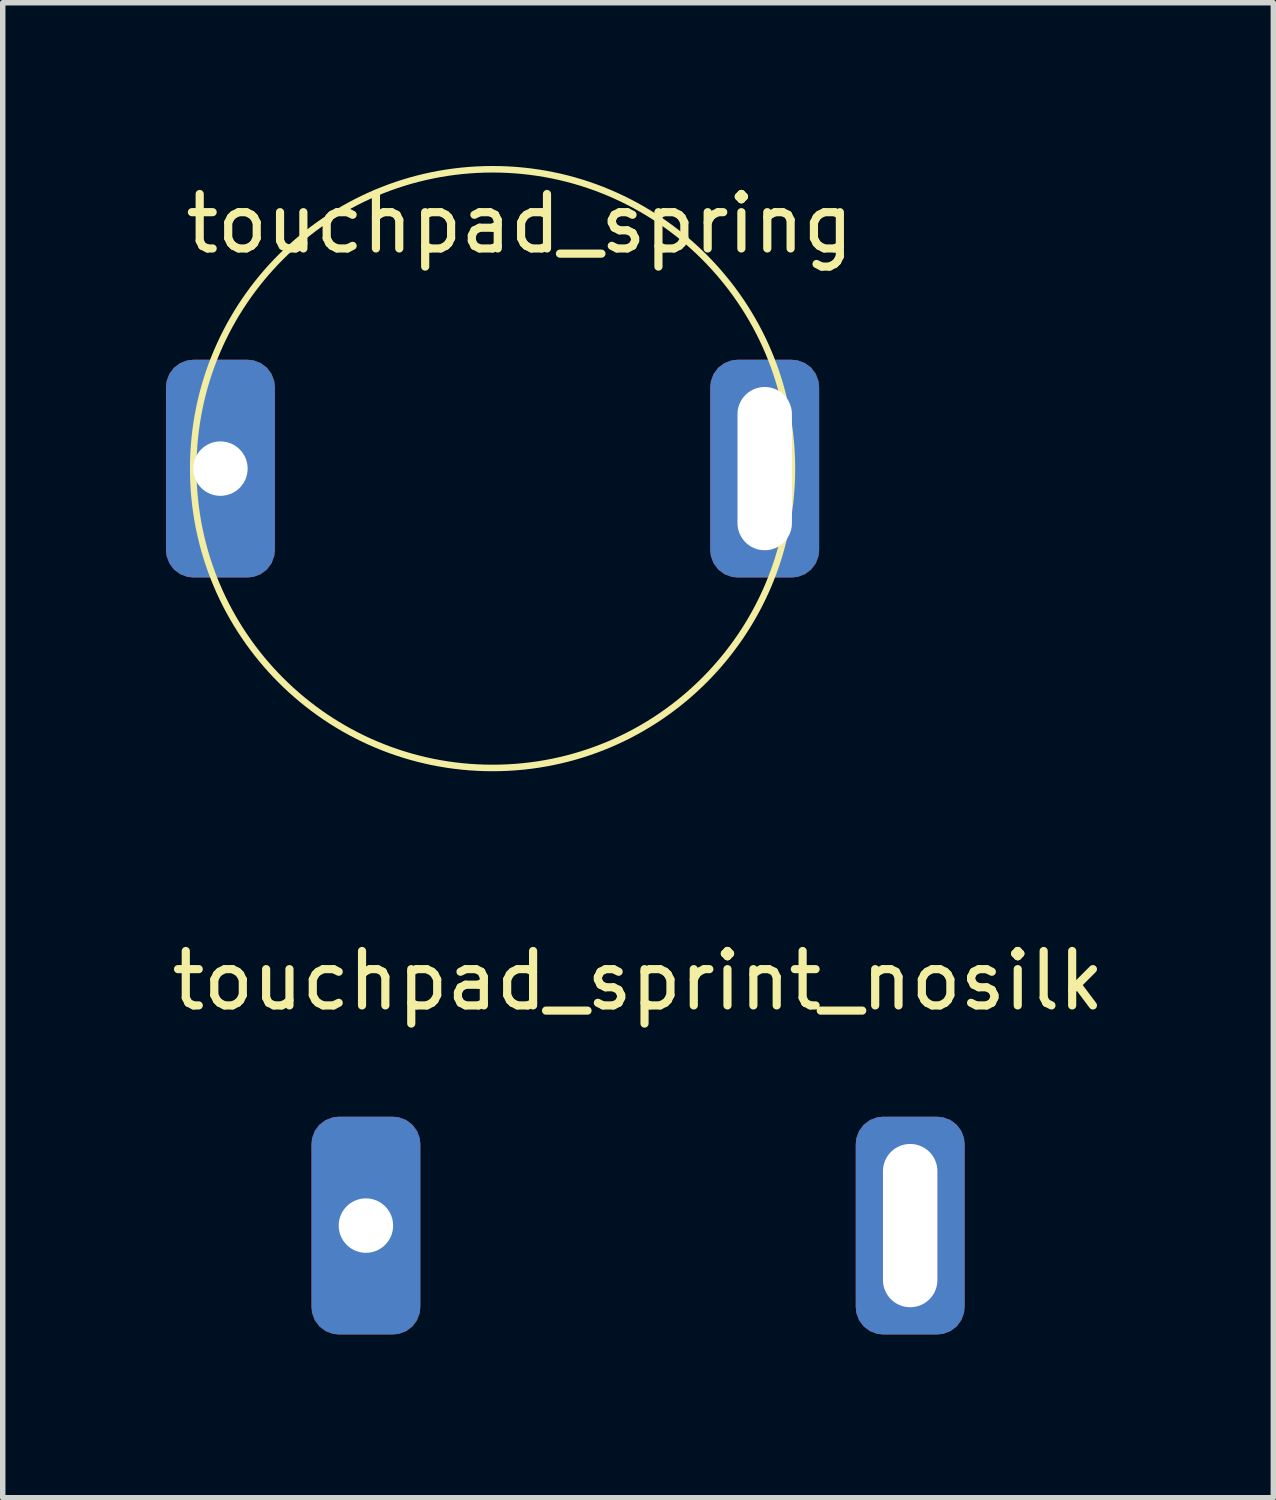
<source format=kicad_pcb>
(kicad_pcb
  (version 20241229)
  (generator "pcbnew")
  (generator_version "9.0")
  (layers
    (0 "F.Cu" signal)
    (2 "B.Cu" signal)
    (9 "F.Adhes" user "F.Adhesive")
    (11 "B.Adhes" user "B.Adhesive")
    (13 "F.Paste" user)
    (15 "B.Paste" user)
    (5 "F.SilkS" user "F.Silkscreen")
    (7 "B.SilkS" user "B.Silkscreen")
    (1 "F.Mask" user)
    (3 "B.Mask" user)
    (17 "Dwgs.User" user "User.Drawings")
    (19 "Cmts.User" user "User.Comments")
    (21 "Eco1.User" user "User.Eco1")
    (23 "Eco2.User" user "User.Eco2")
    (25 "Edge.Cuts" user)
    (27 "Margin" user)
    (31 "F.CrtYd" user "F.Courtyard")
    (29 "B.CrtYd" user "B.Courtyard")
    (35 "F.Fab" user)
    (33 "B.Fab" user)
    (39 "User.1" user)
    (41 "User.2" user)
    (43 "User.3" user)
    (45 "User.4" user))
  (footprint "touchpad_sprint_nosilk"
    (layer "F.Cu")
    (at 8.673 19.468)
    (property "Reference" "touchpad_sprint_nosilk" (at 0 -4.5 0) (layer "F.SilkS") (effects (font (size 1 1) (thickness 0.15))))
    (attr through_hole)
    (pad "1" thru_hole roundrect (at 5 0) (size 2 4) (drill oval 1 3) (layers "*.Cu" "*.Mask") (roundrect_rratio 0.25))
    (pad "2" thru_hole roundrect (at -5 0) (size 2 4) (drill 1) (layers "*.Cu" "*.Mask") (roundrect_rratio 0.25)))
  (footprint "touchpad_spring"
    (layer "F.Cu")
    (at 6 5.56)
    (property "Reference" "touchpad_spring" (at 0.5 -4.5 0) (layer "F.SilkS") (effects (font (size 1 1) (thickness 0.15))))
    (attr through_hole)
    (fp_circle (center 0 0) (end 5.5 0) (stroke (width 0.12) (type solid)) (fill no) (layer "F.SilkS"))
    (pad "1" thru_hole roundrect (at 5 0) (size 2 4) (drill oval 1 3) (layers "*.Cu" "*.Mask") (roundrect_rratio 0.25))
    (pad "2" thru_hole roundrect (at -5 0) (size 2 4) (drill 1) (layers "*.Cu" "*.Mask") (roundrect_rratio 0.25)))
  (gr_rect
    (start -3 -3)
    (end 20.345 24.468)
    (stroke (width 0.1) (type default))
    (fill no)
    (layer "Edge.Cuts")))
</source>
